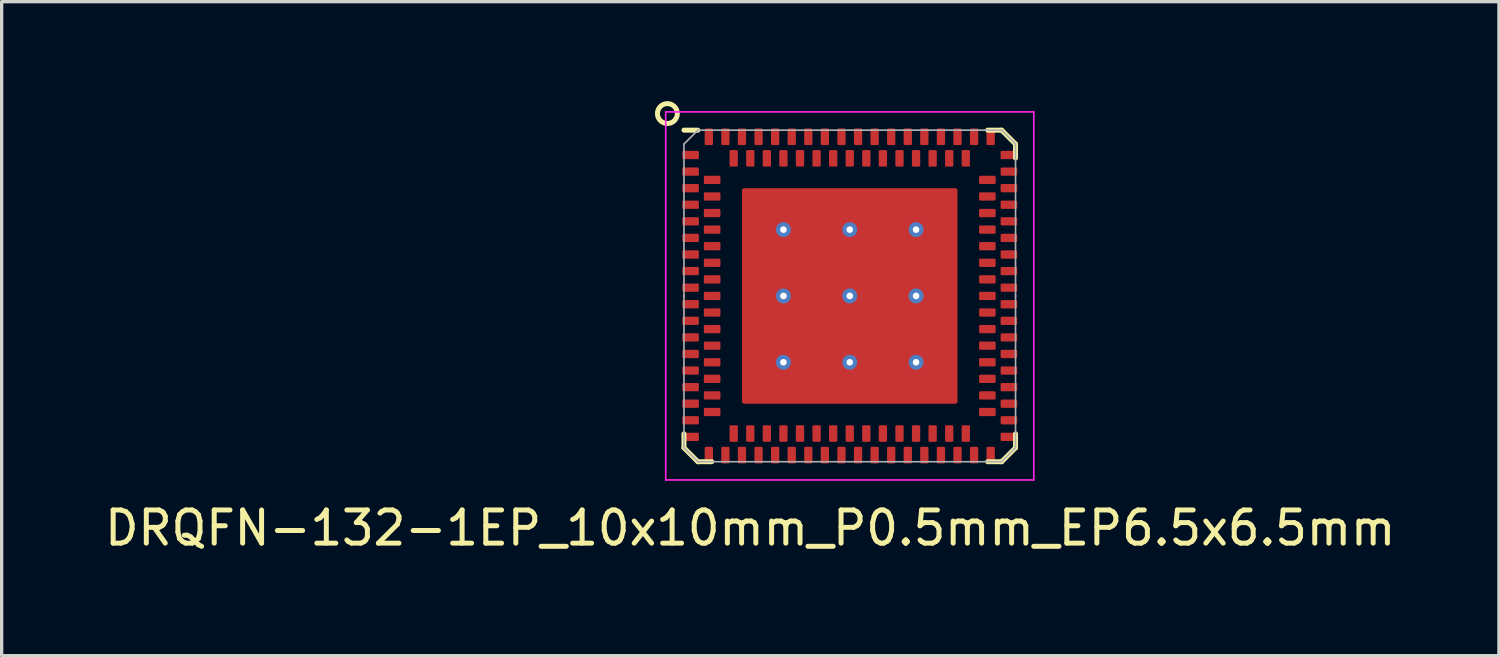
<source format=kicad_pcb>
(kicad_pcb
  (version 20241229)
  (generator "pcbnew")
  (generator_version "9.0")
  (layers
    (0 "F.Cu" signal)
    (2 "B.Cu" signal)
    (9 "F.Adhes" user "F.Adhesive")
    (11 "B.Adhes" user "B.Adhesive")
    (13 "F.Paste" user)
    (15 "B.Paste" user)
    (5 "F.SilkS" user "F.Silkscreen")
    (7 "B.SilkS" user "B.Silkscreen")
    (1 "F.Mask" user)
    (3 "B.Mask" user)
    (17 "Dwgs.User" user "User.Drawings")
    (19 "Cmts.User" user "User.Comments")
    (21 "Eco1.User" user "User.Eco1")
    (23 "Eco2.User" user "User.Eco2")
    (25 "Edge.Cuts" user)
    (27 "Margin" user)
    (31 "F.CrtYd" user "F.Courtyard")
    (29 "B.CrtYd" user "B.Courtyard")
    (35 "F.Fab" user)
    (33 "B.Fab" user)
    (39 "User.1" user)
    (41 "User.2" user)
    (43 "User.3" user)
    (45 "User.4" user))
  (footprint "DRQFN-132-1EP_10x10mm_P0.5mm_EP6.5x6.5mm"
    (layer "F.Cu")
    (at 22.577 5.875)
    (property "Reference" "DRQFN-132-1EP_10x10mm_P0.5mm_EP6.5x6.5mm" (at -3 7 0) (layer "F.SilkS") (effects (font (size 1 1) (thickness 0.15))))
    (attr through_hole)
    (fp_line (start -5 4.16) (end -5 4.58) (stroke (width 0.15) (type solid)) (layer "F.SilkS"))
    (fp_line (start -5 4.58) (end -4.58 5) (stroke (width 0.15) (type solid)) (layer "F.SilkS"))
    (fp_line (start -4.58 -5) (end -5 -5) (stroke (width 0.15) (type solid)) (layer "F.SilkS"))
    (fp_line (start -4.58 5) (end -4.16 5) (stroke (width 0.15) (type solid)) (layer "F.SilkS"))
    (fp_line (start 4.16 5) (end 4.58 5) (stroke (width 0.15) (type solid)) (layer "F.SilkS"))
    (fp_line (start 4.58 -5) (end 4.16 -5) (stroke (width 0.15) (type solid)) (layer "F.SilkS"))
    (fp_line (start 4.58 5) (end 5 4.58) (stroke (width 0.15) (type solid)) (layer "F.SilkS"))
    (fp_line (start 5 -4.58) (end 4.58 -5) (stroke (width 0.15) (type solid)) (layer "F.SilkS"))
    (fp_line (start 5 -4.16) (end 5 -4.58) (stroke (width 0.15) (type solid)) (layer "F.SilkS"))
    (fp_line (start 5 4.58) (end 5 4.16) (stroke (width 0.15) (type solid)) (layer "F.SilkS"))
    (fp_circle (center -5.5 -5.5) (end -5.2 -5.5) (stroke (width 0.15) (type solid)) (fill no) (layer "F.SilkS"))
    (fp_line (start -5.55 -5.55) (end 5.55 -5.55) (stroke (width 0.05) (type solid)) (layer "F.CrtYd"))
    (fp_line (start -5.55 5.55) (end -5.55 -5.55) (stroke (width 0.05) (type solid)) (layer "F.CrtYd"))
    (fp_line (start 5.55 -5.55) (end 5.55 5.55) (stroke (width 0.05) (type solid)) (layer "F.CrtYd"))
    (fp_line (start 5.55 5.55) (end -5.55 5.55) (stroke (width 0.05) (type solid)) (layer "F.CrtYd"))
    (fp_line (start -5 -4.58) (end -5 0) (stroke (width 0.05) (type solid)) (layer "F.Fab"))
    (fp_line (start -5 0) (end -5 4.58) (stroke (width 0.05) (type solid)) (layer "F.Fab"))
    (fp_line (start -5 4.58) (end -4.58 5) (stroke (width 0.05) (type solid)) (layer "F.Fab"))
    (fp_line (start -4.58 -5) (end -5 -4.58) (stroke (width 0.05) (type solid)) (layer "F.Fab"))
    (fp_line (start -4.58 5) (end 0 5) (stroke (width 0.05) (type solid)) (layer "F.Fab"))
    (fp_line (start 0 -5) (end -4.58 -5) (stroke (width 0.05) (type solid)) (layer "F.Fab"))
    (fp_line (start 0 5) (end 4.58 5) (stroke (width 0.05) (type solid)) (layer "F.Fab"))
    (fp_line (start 4.58 -5) (end 0 -5) (stroke (width 0.05) (type solid)) (layer "F.Fab"))
    (fp_line (start 4.58 5) (end 5 4.58) (stroke (width 0.05) (type solid)) (layer "F.Fab"))
    (fp_line (start 5 -4.58) (end 4.58 -5) (stroke (width 0.05) (type solid)) (layer "F.Fab"))
    (fp_line (start 5 0) (end 5 -4.58) (stroke (width 0.05) (type solid)) (layer "F.Fab"))
    (fp_line (start 5 4.58) (end 5 0) (stroke (width 0.05) (type solid)) (layer "F.Fab"))
    (pad "A1" smd roundrect (at -4.8 -4.25 90) (size 0.25 0.5) (layers "F.Cu" "F.Mask" "F.Paste") (roundrect_rratio 0.15))
    (pad "A2" smd roundrect (at -4.8 -3.75 90) (size 0.25 0.5) (layers "F.Cu" "F.Mask" "F.Paste") (roundrect_rratio 0.15))
    (pad "A3" smd roundrect (at -4.8 -3.25 90) (size 0.25 0.5) (layers "F.Cu" "F.Mask" "F.Paste") (roundrect_rratio 0.15))
    (pad "A4" smd roundrect (at -4.8 -2.75 90) (size 0.25 0.5) (layers "F.Cu" "F.Mask" "F.Paste") (roundrect_rratio 0.15))
    (pad "A5" smd roundrect (at -4.8 -2.25 90) (size 0.25 0.5) (layers "F.Cu" "F.Mask" "F.Paste") (roundrect_rratio 0.15))
    (pad "A6" smd roundrect (at -4.8 -1.75 90) (size 0.25 0.5) (layers "F.Cu" "F.Mask" "F.Paste") (roundrect_rratio 0.15))
    (pad "A7" smd roundrect (at -4.8 -1.25 90) (size 0.25 0.5) (layers "F.Cu" "F.Mask" "F.Paste") (roundrect_rratio 0.15))
    (pad "A8" smd roundrect (at -4.8 -0.75 90) (size 0.25 0.5) (layers "F.Cu" "F.Mask" "F.Paste") (roundrect_rratio 0.15))
    (pad "A9" smd roundrect (at -4.8 -0.25 90) (size 0.25 0.5) (layers "F.Cu" "F.Mask" "F.Paste") (roundrect_rratio 0.15))
    (pad "A10" smd roundrect (at -4.8 0.25 90) (size 0.25 0.5) (layers "F.Cu" "F.Mask" "F.Paste") (roundrect_rratio 0.15))
    (pad "A11" smd roundrect (at -4.8 0.75 90) (size 0.25 0.5) (layers "F.Cu" "F.Mask" "F.Paste") (roundrect_rratio 0.15))
    (pad "A12" smd roundrect (at -4.8 1.25 90) (size 0.25 0.5) (layers "F.Cu" "F.Mask" "F.Paste") (roundrect_rratio 0.15))
    (pad "A13" smd roundrect (at -4.8 1.75 90) (size 0.25 0.5) (layers "F.Cu" "F.Mask" "F.Paste") (roundrect_rratio 0.15))
    (pad "A14" smd roundrect (at -4.8 2.25 90) (size 0.25 0.5) (layers "F.Cu" "F.Mask" "F.Paste") (roundrect_rratio 0.15))
    (pad "A15" smd roundrect (at -4.8 2.75 90) (size 0.25 0.5) (layers "F.Cu" "F.Mask" "F.Paste") (roundrect_rratio 0.15))
    (pad "A16" smd roundrect (at -4.8 3.25 90) (size 0.25 0.5) (layers "F.Cu" "F.Mask" "F.Paste") (roundrect_rratio 0.15))
    (pad "A17" smd roundrect (at -4.8 3.75 90) (size 0.25 0.5) (layers "F.Cu" "F.Mask" "F.Paste") (roundrect_rratio 0.15))
    (pad "A18" smd roundrect (at -4.8 4.25 90) (size 0.25 0.5) (layers "F.Cu" "F.Mask" "F.Paste") (roundrect_rratio 0.15))
    (pad "A19" smd roundrect (at -4.25 4.8) (size 0.25 0.5) (layers "F.Cu" "F.Mask" "F.Paste") (roundrect_rratio 0.15))
    (pad "A20" smd roundrect (at -3.75 4.8) (size 0.25 0.5) (layers "F.Cu" "F.Mask" "F.Paste") (roundrect_rratio 0.15))
    (pad "A21" smd roundrect (at -3.25 4.8) (size 0.25 0.5) (layers "F.Cu" "F.Mask" "F.Paste") (roundrect_rratio 0.15))
    (pad "A22" smd roundrect (at -2.75 4.8) (size 0.25 0.5) (layers "F.Cu" "F.Mask" "F.Paste") (roundrect_rratio 0.15))
    (pad "A23" smd roundrect (at -2.25 4.8) (size 0.25 0.5) (layers "F.Cu" "F.Mask" "F.Paste") (roundrect_rratio 0.15))
    (pad "A24" smd roundrect (at -1.75 4.8) (size 0.25 0.5) (layers "F.Cu" "F.Mask" "F.Paste") (roundrect_rratio 0.15))
    (pad "A25" smd roundrect (at -1.25 4.8) (size 0.25 0.5) (layers "F.Cu" "F.Mask" "F.Paste") (roundrect_rratio 0.15))
    (pad "A26" smd roundrect (at -0.75 4.8) (size 0.25 0.5) (layers "F.Cu" "F.Mask" "F.Paste") (roundrect_rratio 0.15))
    (pad "A27" smd roundrect (at -0.25 4.8) (size 0.25 0.5) (layers "F.Cu" "F.Mask" "F.Paste") (roundrect_rratio 0.15))
    (pad "A28" smd roundrect (at 0.25 4.8) (size 0.25 0.5) (layers "F.Cu" "F.Mask" "F.Paste") (roundrect_rratio 0.15))
    (pad "A29" smd roundrect (at 0.75 4.8) (size 0.25 0.5) (layers "F.Cu" "F.Mask" "F.Paste") (roundrect_rratio 0.15))
    (pad "A30" smd roundrect (at 1.25 4.8) (size 0.25 0.5) (layers "F.Cu" "F.Mask" "F.Paste") (roundrect_rratio 0.15))
    (pad "A31" smd roundrect (at 1.75 4.8) (size 0.25 0.5) (layers "F.Cu" "F.Mask" "F.Paste") (roundrect_rratio 0.15))
    (pad "A32" smd roundrect (at 2.25 4.8) (size 0.25 0.5) (layers "F.Cu" "F.Mask" "F.Paste") (roundrect_rratio 0.15))
    (pad "A33" smd roundrect (at 2.75 4.8) (size 0.25 0.5) (layers "F.Cu" "F.Mask" "F.Paste") (roundrect_rratio 0.15))
    (pad "A34" smd roundrect (at 3.25 4.8) (size 0.25 0.5) (layers "F.Cu" "F.Mask" "F.Paste") (roundrect_rratio 0.15))
    (pad "A35" smd roundrect (at 3.75 4.8) (size 0.25 0.5) (layers "F.Cu" "F.Mask" "F.Paste") (roundrect_rratio 0.15))
    (pad "A36" smd roundrect (at 4.25 4.8) (size 0.25 0.5) (layers "F.Cu" "F.Mask" "F.Paste") (roundrect_rratio 0.15))
    (pad "A37" smd roundrect (at 4.8 4.25 90) (size 0.25 0.5) (layers "F.Cu" "F.Mask" "F.Paste") (roundrect_rratio 0.15))
    (pad "A38" smd roundrect (at 4.8 3.75 90) (size 0.25 0.5) (layers "F.Cu" "F.Mask" "F.Paste") (roundrect_rratio 0.15))
    (pad "A39" smd roundrect (at 4.8 3.25 90) (size 0.25 0.5) (layers "F.Cu" "F.Mask" "F.Paste") (roundrect_rratio 0.15))
    (pad "A40" smd roundrect (at 4.8 2.75 90) (size 0.25 0.5) (layers "F.Cu" "F.Mask" "F.Paste") (roundrect_rratio 0.15))
    (pad "A41" smd roundrect (at 4.8 2.25 90) (size 0.25 0.5) (layers "F.Cu" "F.Mask" "F.Paste") (roundrect_rratio 0.15))
    (pad "A42" smd roundrect (at 4.8 1.75 90) (size 0.25 0.5) (layers "F.Cu" "F.Mask" "F.Paste") (roundrect_rratio 0.15))
    (pad "A43" smd roundrect (at 4.8 1.25 90) (size 0.25 0.5) (layers "F.Cu" "F.Mask" "F.Paste") (roundrect_rratio 0.15))
    (pad "A44" smd roundrect (at 4.8 0.75 90) (size 0.25 0.5) (layers "F.Cu" "F.Mask" "F.Paste") (roundrect_rratio 0.15))
    (pad "A45" smd roundrect (at 4.8 0.25 90) (size 0.25 0.5) (layers "F.Cu" "F.Mask" "F.Paste") (roundrect_rratio 0.15))
    (pad "A46" smd roundrect (at 4.8 -0.25 90) (size 0.25 0.5) (layers "F.Cu" "F.Mask" "F.Paste") (roundrect_rratio 0.15))
    (pad "A47" smd roundrect (at 4.8 -0.75 90) (size 0.25 0.5) (layers "F.Cu" "F.Mask" "F.Paste") (roundrect_rratio 0.15))
    (pad "A48" smd roundrect (at 4.8 -1.25 90) (size 0.25 0.5) (layers "F.Cu" "F.Mask" "F.Paste") (roundrect_rratio 0.15))
    (pad "A49" smd roundrect (at 4.8 -1.75 90) (size 0.25 0.5) (layers "F.Cu" "F.Mask" "F.Paste") (roundrect_rratio 0.15))
    (pad "A50" smd roundrect (at 4.8 -2.25 90) (size 0.25 0.5) (layers "F.Cu" "F.Mask" "F.Paste") (roundrect_rratio 0.15))
    (pad "A51" smd roundrect (at 4.8 -2.75 90) (size 0.25 0.5) (layers "F.Cu" "F.Mask" "F.Paste") (roundrect_rratio 0.15))
    (pad "A52" smd roundrect (at 4.8 -3.25 90) (size 0.25 0.5) (layers "F.Cu" "F.Mask" "F.Paste") (roundrect_rratio 0.15))
    (pad "A53" smd roundrect (at 4.8 -3.75 90) (size 0.25 0.5) (layers "F.Cu" "F.Mask" "F.Paste") (roundrect_rratio 0.15))
    (pad "A54" smd roundrect (at 4.8 -4.25 90) (size 0.25 0.5) (layers "F.Cu" "F.Mask" "F.Paste") (roundrect_rratio 0.15))
    (pad "A55" smd roundrect (at 4.25 -4.8) (size 0.25 0.5) (layers "F.Cu" "F.Mask" "F.Paste") (roundrect_rratio 0.15))
    (pad "A56" smd roundrect (at 3.75 -4.8) (size 0.25 0.5) (layers "F.Cu" "F.Mask" "F.Paste") (roundrect_rratio 0.15))
    (pad "A57" smd roundrect (at 3.25 -4.8) (size 0.25 0.5) (layers "F.Cu" "F.Mask" "F.Paste") (roundrect_rratio 0.15))
    (pad "A58" smd roundrect (at 2.75 -4.8) (size 0.25 0.5) (layers "F.Cu" "F.Mask" "F.Paste") (roundrect_rratio 0.15))
    (pad "A59" smd roundrect (at 2.25 -4.8) (size 0.25 0.5) (layers "F.Cu" "F.Mask" "F.Paste") (roundrect_rratio 0.15))
    (pad "A60" smd roundrect (at 1.75 -4.8) (size 0.25 0.5) (layers "F.Cu" "F.Mask" "F.Paste") (roundrect_rratio 0.15))
    (pad "A61" smd roundrect (at 1.25 -4.8) (size 0.25 0.5) (layers "F.Cu" "F.Mask" "F.Paste") (roundrect_rratio 0.15))
    (pad "A62" smd roundrect (at 0.75 -4.8) (size 0.25 0.5) (layers "F.Cu" "F.Mask" "F.Paste") (roundrect_rratio 0.15))
    (pad "A63" smd roundrect (at 0.25 -4.8) (size 0.25 0.5) (layers "F.Cu" "F.Mask" "F.Paste") (roundrect_rratio 0.15))
    (pad "A64" smd roundrect (at -0.25 -4.8) (size 0.25 0.5) (layers "F.Cu" "F.Mask" "F.Paste") (roundrect_rratio 0.15))
    (pad "A65" smd roundrect (at -0.75 -4.8) (size 0.25 0.5) (layers "F.Cu" "F.Mask" "F.Paste") (roundrect_rratio 0.15))
    (pad "A66" smd roundrect (at -1.25 -4.8) (size 0.25 0.5) (layers "F.Cu" "F.Mask" "F.Paste") (roundrect_rratio 0.15))
    (pad "A67" smd roundrect (at -1.75 -4.8) (size 0.25 0.5) (layers "F.Cu" "F.Mask" "F.Paste") (roundrect_rratio 0.15))
    (pad "A68" smd roundrect (at -2.25 -4.8) (size 0.25 0.5) (layers "F.Cu" "F.Mask" "F.Paste") (roundrect_rratio 0.15))
    (pad "A69" smd roundrect (at -2.75 -4.8) (size 0.25 0.5) (layers "F.Cu" "F.Mask" "F.Paste") (roundrect_rratio 0.15))
    (pad "A70" smd roundrect (at -3.25 -4.8) (size 0.25 0.5) (layers "F.Cu" "F.Mask" "F.Paste") (roundrect_rratio 0.15))
    (pad "A71" smd roundrect (at -3.75 -4.8) (size 0.25 0.5) (layers "F.Cu" "F.Mask" "F.Paste") (roundrect_rratio 0.15))
    (pad "A72" smd roundrect (at -4.25 -4.8) (size 0.25 0.5) (layers "F.Cu" "F.Mask" "F.Paste") (roundrect_rratio 0.15))
    (pad "B1" smd roundrect (at -4.15 -3.5 90) (size 0.25 0.5) (layers "F.Cu" "F.Mask" "F.Paste") (roundrect_rratio 0.15))
    (pad "B2" smd roundrect (at -4.15 -3 90) (size 0.25 0.5) (layers "F.Cu" "F.Mask" "F.Paste") (roundrect_rratio 0.15))
    (pad "B3" smd roundrect (at -4.15 -2.5 90) (size 0.25 0.5) (layers "F.Cu" "F.Mask" "F.Paste") (roundrect_rratio 0.15))
    (pad "B4" smd roundrect (at -4.15 -2 90) (size 0.25 0.5) (layers "F.Cu" "F.Mask" "F.Paste") (roundrect_rratio 0.15))
    (pad "B5" smd roundrect (at -4.15 -1.5 90) (size 0.25 0.5) (layers "F.Cu" "F.Mask" "F.Paste") (roundrect_rratio 0.15))
    (pad "B6" smd roundrect (at -4.15 -1 90) (size 0.25 0.5) (layers "F.Cu" "F.Mask" "F.Paste") (roundrect_rratio 0.15))
    (pad "B7" smd roundrect (at -4.15 -0.5 90) (size 0.25 0.5) (layers "F.Cu" "F.Mask" "F.Paste") (roundrect_rratio 0.15))
    (pad "B8" smd roundrect (at -4.15 0 90) (size 0.25 0.5) (layers "F.Cu" "F.Mask" "F.Paste") (roundrect_rratio 0.15))
    (pad "B9" smd roundrect (at -4.15 0.5 90) (size 0.25 0.5) (layers "F.Cu" "F.Mask" "F.Paste") (roundrect_rratio 0.15))
    (pad "B10" smd roundrect (at -4.15 1 90) (size 0.25 0.5) (layers "F.Cu" "F.Mask" "F.Paste") (roundrect_rratio 0.15))
    (pad "B11" smd roundrect (at -4.15 1.5 90) (size 0.25 0.5) (layers "F.Cu" "F.Mask" "F.Paste") (roundrect_rratio 0.15))
    (pad "B12" smd roundrect (at -4.15 2 90) (size 0.25 0.5) (layers "F.Cu" "F.Mask" "F.Paste") (roundrect_rratio 0.15))
    (pad "B13" smd roundrect (at -4.15 2.5 90) (size 0.25 0.5) (layers "F.Cu" "F.Mask" "F.Paste") (roundrect_rratio 0.15))
    (pad "B14" smd roundrect (at -4.15 3 90) (size 0.25 0.5) (layers "F.Cu" "F.Mask" "F.Paste") (roundrect_rratio 0.15))
    (pad "B15" smd roundrect (at -4.15 3.5 90) (size 0.25 0.5) (layers "F.Cu" "F.Mask" "F.Paste") (roundrect_rratio 0.15))
    (pad "B16" smd roundrect (at -3.5 4.15) (size 0.25 0.5) (layers "F.Cu" "F.Mask" "F.Paste") (roundrect_rratio 0.15))
    (pad "B17" smd roundrect (at -3 4.15) (size 0.25 0.5) (layers "F.Cu" "F.Mask" "F.Paste") (roundrect_rratio 0.15))
    (pad "B18" smd roundrect (at -2.5 4.15) (size 0.25 0.5) (layers "F.Cu" "F.Mask" "F.Paste") (roundrect_rratio 0.15))
    (pad "B19" smd roundrect (at -2 4.15) (size 0.25 0.5) (layers "F.Cu" "F.Mask" "F.Paste") (roundrect_rratio 0.15))
    (pad "B20" smd roundrect (at -1.5 4.15) (size 0.25 0.5) (layers "F.Cu" "F.Mask" "F.Paste") (roundrect_rratio 0.15))
    (pad "B21" smd roundrect (at -1 4.15) (size 0.25 0.5) (layers "F.Cu" "F.Mask" "F.Paste") (roundrect_rratio 0.15))
    (pad "B22" smd roundrect (at -0.5 4.15) (size 0.25 0.5) (layers "F.Cu" "F.Mask" "F.Paste") (roundrect_rratio 0.15))
    (pad "B23" smd roundrect (at 0 4.15) (size 0.25 0.5) (layers "F.Cu" "F.Mask" "F.Paste") (roundrect_rratio 0.15))
    (pad "B24" smd roundrect (at 0.5 4.15) (size 0.25 0.5) (layers "F.Cu" "F.Mask" "F.Paste") (roundrect_rratio 0.15))
    (pad "B25" smd roundrect (at 1 4.15) (size 0.25 0.5) (layers "F.Cu" "F.Mask" "F.Paste") (roundrect_rratio 0.15))
    (pad "B26" smd roundrect (at 1.5 4.15) (size 0.25 0.5) (layers "F.Cu" "F.Mask" "F.Paste") (roundrect_rratio 0.15))
    (pad "B27" smd roundrect (at 2 4.15) (size 0.25 0.5) (layers "F.Cu" "F.Mask" "F.Paste") (roundrect_rratio 0.15))
    (pad "B28" smd roundrect (at 2.5 4.15) (size 0.25 0.5) (layers "F.Cu" "F.Mask" "F.Paste") (roundrect_rratio 0.15))
    (pad "B29" smd roundrect (at 3 4.15) (size 0.25 0.5) (layers "F.Cu" "F.Mask" "F.Paste") (roundrect_rratio 0.15))
    (pad "B30" smd roundrect (at 3.5 4.15) (size 0.25 0.5) (layers "F.Cu" "F.Mask" "F.Paste") (roundrect_rratio 0.15))
    (pad "B31" smd roundrect (at 4.15 3.5 90) (size 0.25 0.5) (layers "F.Cu" "F.Mask" "F.Paste") (roundrect_rratio 0.15))
    (pad "B32" smd roundrect (at 4.15 3 90) (size 0.25 0.5) (layers "F.Cu" "F.Mask" "F.Paste") (roundrect_rratio 0.15))
    (pad "B33" smd roundrect (at 4.15 2.5 90) (size 0.25 0.5) (layers "F.Cu" "F.Mask" "F.Paste") (roundrect_rratio 0.15))
    (pad "B34" smd roundrect (at 4.15 2 90) (size 0.25 0.5) (layers "F.Cu" "F.Mask" "F.Paste") (roundrect_rratio 0.15))
    (pad "B35" smd roundrect (at 4.15 1.5 90) (size 0.25 0.5) (layers "F.Cu" "F.Mask" "F.Paste") (roundrect_rratio 0.15))
    (pad "B36" smd roundrect (at 4.15 1 90) (size 0.25 0.5) (layers "F.Cu" "F.Mask" "F.Paste") (roundrect_rratio 0.15))
    (pad "B37" smd roundrect (at 4.15 0.5 90) (size 0.25 0.5) (layers "F.Cu" "F.Mask" "F.Paste") (roundrect_rratio 0.15))
    (pad "B38" smd roundrect (at 4.15 0 90) (size 0.25 0.5) (layers "F.Cu" "F.Mask" "F.Paste") (roundrect_rratio 0.15))
    (pad "B39" smd roundrect (at 4.15 -0.5 90) (size 0.25 0.5) (layers "F.Cu" "F.Mask" "F.Paste") (roundrect_rratio 0.15))
    (pad "B40" smd roundrect (at 4.15 -1 90) (size 0.25 0.5) (layers "F.Cu" "F.Mask" "F.Paste") (roundrect_rratio 0.15))
    (pad "B41" smd roundrect (at 4.15 -1.5 90) (size 0.25 0.5) (layers "F.Cu" "F.Mask" "F.Paste") (roundrect_rratio 0.15))
    (pad "B42" smd roundrect (at 4.15 -2 90) (size 0.25 0.5) (layers "F.Cu" "F.Mask" "F.Paste") (roundrect_rratio 0.15))
    (pad "B43" smd roundrect (at 4.15 -2.5 90) (size 0.25 0.5) (layers "F.Cu" "F.Mask" "F.Paste") (roundrect_rratio 0.15))
    (pad "B44" smd roundrect (at 4.15 -3 90) (size 0.25 0.5) (layers "F.Cu" "F.Mask" "F.Paste") (roundrect_rratio 0.15))
    (pad "B45" smd roundrect (at 4.15 -3.5 90) (size 0.25 0.5) (layers "F.Cu" "F.Mask" "F.Paste") (roundrect_rratio 0.15))
    (pad "B46" smd roundrect (at 3.5 -4.15) (size 0.25 0.5) (layers "F.Cu" "F.Mask" "F.Paste") (roundrect_rratio 0.15))
    (pad "B47" smd roundrect (at 3 -4.15) (size 0.25 0.5) (layers "F.Cu" "F.Mask" "F.Paste") (roundrect_rratio 0.15))
    (pad "B48" smd roundrect (at 2.5 -4.15) (size 0.25 0.5) (layers "F.Cu" "F.Mask" "F.Paste") (roundrect_rratio 0.15))
    (pad "B49" smd roundrect (at 2 -4.15) (size 0.25 0.5) (layers "F.Cu" "F.Mask" "F.Paste") (roundrect_rratio 0.15))
    (pad "B50" smd roundrect (at 1.5 -4.15) (size 0.25 0.5) (layers "F.Cu" "F.Mask" "F.Paste") (roundrect_rratio 0.15))
    (pad "B51" smd roundrect (at 1 -4.15) (size 0.25 0.5) (layers "F.Cu" "F.Mask" "F.Paste") (roundrect_rratio 0.15))
    (pad "B52" smd roundrect (at 0.5 -4.15) (size 0.25 0.5) (layers "F.Cu" "F.Mask" "F.Paste") (roundrect_rratio 0.15))
    (pad "B53" smd roundrect (at 0 -4.15) (size 0.25 0.5) (layers "F.Cu" "F.Mask" "F.Paste") (roundrect_rratio 0.15))
    (pad "B54" smd roundrect (at -0.5 -4.15) (size 0.25 0.5) (layers "F.Cu" "F.Mask" "F.Paste") (roundrect_rratio 0.15))
    (pad "B55" smd roundrect (at -1 -4.15) (size 0.25 0.5) (layers "F.Cu" "F.Mask" "F.Paste") (roundrect_rratio 0.15))
    (pad "B56" smd roundrect (at -1.5 -4.15) (size 0.25 0.5) (layers "F.Cu" "F.Mask" "F.Paste") (roundrect_rratio 0.15))
    (pad "B57" smd roundrect (at -2 -4.15) (size 0.25 0.5) (layers "F.Cu" "F.Mask" "F.Paste") (roundrect_rratio 0.15))
    (pad "B58" smd roundrect (at -2.5 -4.15) (size 0.25 0.5) (layers "F.Cu" "F.Mask" "F.Paste") (roundrect_rratio 0.15))
    (pad "B59" smd roundrect (at -3 -4.15) (size 0.25 0.5) (layers "F.Cu" "F.Mask" "F.Paste") (roundrect_rratio 0.15))
    (pad "B60" smd roundrect (at -3.5 -4.15) (size 0.25 0.5) (layers "F.Cu" "F.Mask" "F.Paste") (roundrect_rratio 0.15))
    (pad "EP" thru_hole circle (at -2 -2) (size 0.45 0.45) (drill 0.2) (layers "*.Cu" "*.Mask"))
    (pad "EP" thru_hole circle (at -2 0) (size 0.45 0.45) (drill 0.2) (layers "*.Cu" "*.Mask"))
    (pad "EP" thru_hole circle (at -2 2) (size 0.45 0.45) (drill 0.2) (layers "*.Cu" "*.Mask"))
    (pad "EP" thru_hole circle (at 0 -2) (size 0.45 0.45) (drill 0.2) (layers "*.Cu" "*.Mask"))
    (pad "EP" thru_hole circle (at 0 0) (size 0.45 0.45) (drill 0.2) (layers "*.Cu" "*.Mask"))
    (pad "EP" smd roundrect (at 0 0) (size 6.5 6.5) (layers "F.Cu" "F.Mask" "F.Paste") (roundrect_rratio 0.01))
    (pad "EP" thru_hole circle (at 0 2) (size 0.45 0.45) (drill 0.2) (layers "*.Cu" "*.Mask"))
    (pad "EP" thru_hole circle (at 2 -2) (size 0.45 0.45) (drill 0.2) (layers "*.Cu" "*.Mask"))
    (pad "EP" thru_hole circle (at 2 0) (size 0.45 0.45) (drill 0.2) (layers "*.Cu" "*.Mask"))
    (pad "EP" thru_hole circle (at 2 2) (size 0.45 0.45) (drill 0.2) (layers "*.Cu" "*.Mask")))
  (gr_rect
    (start -3 -3)
    (end 42.155 16.723)
    (stroke (width 0.1) (type default))
    (fill no)
    (layer "Edge.Cuts")))
</source>
